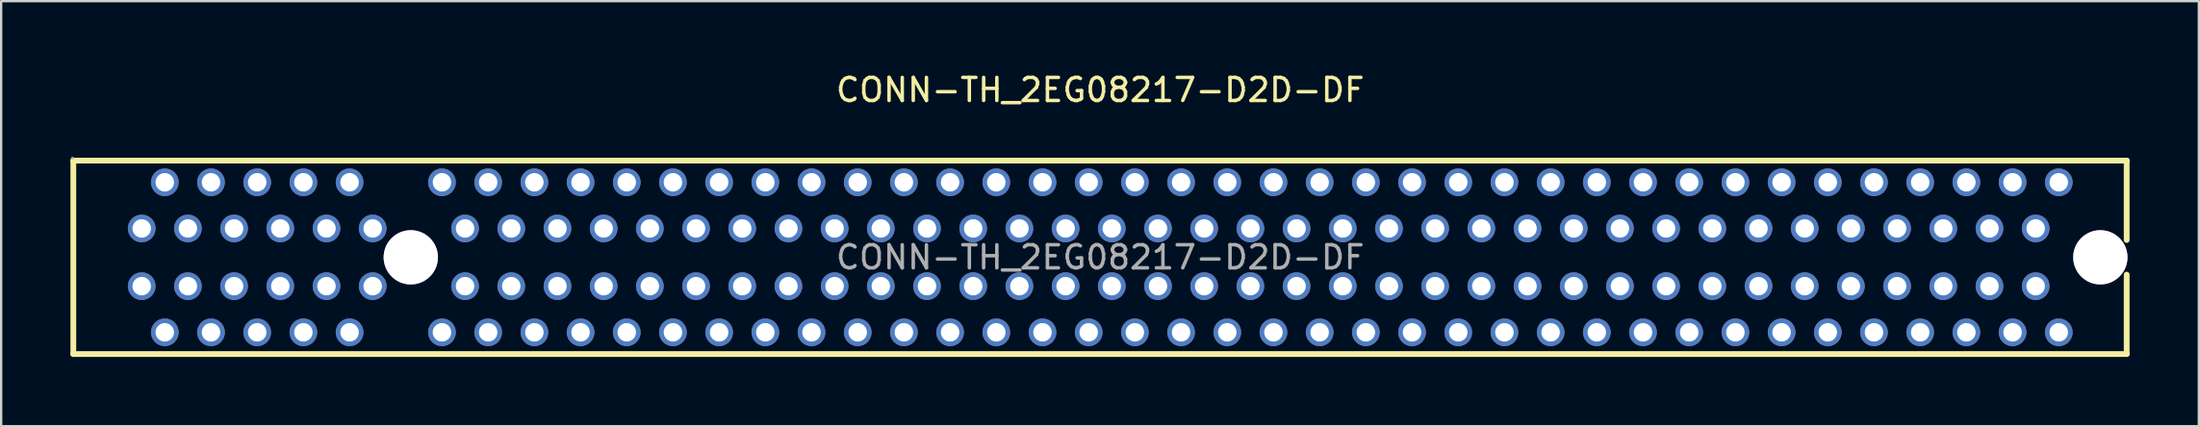
<source format=kicad_pcb>
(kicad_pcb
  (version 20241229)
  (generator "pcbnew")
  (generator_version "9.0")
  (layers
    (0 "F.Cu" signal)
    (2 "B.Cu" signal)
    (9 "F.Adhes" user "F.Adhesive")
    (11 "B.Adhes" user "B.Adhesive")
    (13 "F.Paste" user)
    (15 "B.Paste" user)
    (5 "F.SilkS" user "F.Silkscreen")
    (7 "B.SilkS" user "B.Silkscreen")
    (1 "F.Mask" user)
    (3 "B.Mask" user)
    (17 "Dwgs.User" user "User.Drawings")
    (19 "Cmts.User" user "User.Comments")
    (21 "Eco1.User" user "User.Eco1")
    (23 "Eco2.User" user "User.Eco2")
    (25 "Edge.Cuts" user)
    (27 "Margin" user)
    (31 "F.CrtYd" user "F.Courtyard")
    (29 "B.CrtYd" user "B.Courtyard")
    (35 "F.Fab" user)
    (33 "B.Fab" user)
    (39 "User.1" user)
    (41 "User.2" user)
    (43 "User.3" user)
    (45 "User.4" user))
  (footprint "CONN-TH_2EG08217-D2D-DF"
    (layer "F.Cu")
    (at 44.585 8.098)
    (property "Reference" "CONN-TH_2EG08217-D2D-DF" (at 0 -7.25 0) (layer "F.SilkS") (effects (font (size 1 1) (thickness 0.15))))
    (attr through_hole)
    (fp_line (start -44.46 -4.19) (end -44.46 4.19) (stroke (width 0.25) (type solid)) (layer "F.SilkS"))
    (fp_line (start -44.46 -4.19) (end 44.44 -4.19) (stroke (width 0.25) (type solid)) (layer "F.SilkS"))
    (fp_line (start -44.46 4.19) (end 44.44 4.19) (stroke (width 0.25) (type solid)) (layer "F.SilkS"))
    (fp_line (start 44.44 -0.75) (end 44.44 -4.19) (stroke (width 0.25) (type solid)) (layer "F.SilkS"))
    (fp_line (start 44.44 4.19) (end 44.44 0.75) (stroke (width 0.25) (type solid)) (layer "F.SilkS"))
    (fp_circle (center -29.85 0) (end -29.35 0) (stroke (width 1) (type solid)) (fill no) (layer "Cmts.User"))
    (fp_circle (center 43.3 0) (end 43.8 0) (stroke (width 1) (type solid)) (fill no) (layer "Cmts.User"))
    (fp_circle (center -44.5 -4.3) (end -44.47 -4.3) (stroke (width 0.06) (type solid)) (fill no) (layer "F.Fab"))
    (fp_circle (center -41.5 -1.25) (end -41.35 -1.25) (stroke (width 0.3) (type solid)) (fill no) (layer "F.Fab"))
    (fp_circle (center -41.5 1.25) (end -41.35 1.25) (stroke (width 0.3) (type solid)) (fill no) (layer "F.Fab"))
    (fp_circle (center -40.5 -3.25) (end -40.35 -3.25) (stroke (width 0.3) (type solid)) (fill no) (layer "F.Fab"))
    (fp_circle (center -40.5 3.25) (end -40.35 3.25) (stroke (width 0.3) (type solid)) (fill no) (layer "F.Fab"))
    (fp_circle (center -39.5 -1.25) (end -39.35 -1.25) (stroke (width 0.3) (type solid)) (fill no) (layer "F.Fab"))
    (fp_circle (center -39.5 1.25) (end -39.35 1.25) (stroke (width 0.3) (type solid)) (fill no) (layer "F.Fab"))
    (fp_circle (center -38.5 -3.25) (end -38.35 -3.25) (stroke (width 0.3) (type solid)) (fill no) (layer "F.Fab"))
    (fp_circle (center -38.5 3.25) (end -38.35 3.25) (stroke (width 0.3) (type solid)) (fill no) (layer "F.Fab"))
    (fp_circle (center -37.5 -1.25) (end -37.35 -1.25) (stroke (width 0.3) (type solid)) (fill no) (layer "F.Fab"))
    (fp_circle (center -37.5 1.25) (end -37.35 1.25) (stroke (width 0.3) (type solid)) (fill no) (layer "F.Fab"))
    (fp_circle (center -36.5 -3.25) (end -36.35 -3.25) (stroke (width 0.3) (type solid)) (fill no) (layer "F.Fab"))
    (fp_circle (center -36.5 3.25) (end -36.35 3.25) (stroke (width 0.3) (type solid)) (fill no) (layer "F.Fab"))
    (fp_circle (center -35.5 -1.25) (end -35.35 -1.25) (stroke (width 0.3) (type solid)) (fill no) (layer "F.Fab"))
    (fp_circle (center -35.5 1.25) (end -35.35 1.25) (stroke (width 0.3) (type solid)) (fill no) (layer "F.Fab"))
    (fp_circle (center -34.5 -3.25) (end -34.35 -3.25) (stroke (width 0.3) (type solid)) (fill no) (layer "F.Fab"))
    (fp_circle (center -34.5 3.25) (end -34.35 3.25) (stroke (width 0.3) (type solid)) (fill no) (layer "F.Fab"))
    (fp_circle (center -33.5 -1.25) (end -33.35 -1.25) (stroke (width 0.3) (type solid)) (fill no) (layer "F.Fab"))
    (fp_circle (center -33.5 1.25) (end -33.35 1.25) (stroke (width 0.3) (type solid)) (fill no) (layer "F.Fab"))
    (fp_circle (center -32.5 -3.25) (end -32.35 -3.25) (stroke (width 0.3) (type solid)) (fill no) (layer "F.Fab"))
    (fp_circle (center -32.5 3.25) (end -32.35 3.25) (stroke (width 0.3) (type solid)) (fill no) (layer "F.Fab"))
    (fp_circle (center -31.5 -1.25) (end -31.35 -1.25) (stroke (width 0.3) (type solid)) (fill no) (layer "F.Fab"))
    (fp_circle (center -31.5 1.25) (end -31.35 1.25) (stroke (width 0.3) (type solid)) (fill no) (layer "F.Fab"))
    (fp_circle (center -28.5 -3.25) (end -28.35 -3.25) (stroke (width 0.3) (type solid)) (fill no) (layer "F.Fab"))
    (fp_circle (center -28.5 3.25) (end -28.35 3.25) (stroke (width 0.3) (type solid)) (fill no) (layer "F.Fab"))
    (fp_circle (center -27.5 -1.25) (end -27.35 -1.25) (stroke (width 0.3) (type solid)) (fill no) (layer "F.Fab"))
    (fp_circle (center -27.5 1.25) (end -27.35 1.25) (stroke (width 0.3) (type solid)) (fill no) (layer "F.Fab"))
    (fp_circle (center -26.5 -3.25) (end -26.35 -3.25) (stroke (width 0.3) (type solid)) (fill no) (layer "F.Fab"))
    (fp_circle (center -26.5 3.25) (end -26.35 3.25) (stroke (width 0.3) (type solid)) (fill no) (layer "F.Fab"))
    (fp_circle (center -25.5 -1.25) (end -25.35 -1.25) (stroke (width 0.3) (type solid)) (fill no) (layer "F.Fab"))
    (fp_circle (center -25.5 1.25) (end -25.35 1.25) (stroke (width 0.3) (type solid)) (fill no) (layer "F.Fab"))
    (fp_circle (center -24.5 -3.25) (end -24.35 -3.25) (stroke (width 0.3) (type solid)) (fill no) (layer "F.Fab"))
    (fp_circle (center -24.5 3.25) (end -24.35 3.25) (stroke (width 0.3) (type solid)) (fill no) (layer "F.Fab"))
    (fp_circle (center -23.5 -1.25) (end -23.35 -1.25) (stroke (width 0.3) (type solid)) (fill no) (layer "F.Fab"))
    (fp_circle (center -23.5 1.25) (end -23.35 1.25) (stroke (width 0.3) (type solid)) (fill no) (layer "F.Fab"))
    (fp_circle (center -22.5 -3.25) (end -22.35 -3.25) (stroke (width 0.3) (type solid)) (fill no) (layer "F.Fab"))
    (fp_circle (center -22.5 3.25) (end -22.35 3.25) (stroke (width 0.3) (type solid)) (fill no) (layer "F.Fab"))
    (fp_circle (center -21.5 -1.25) (end -21.35 -1.25) (stroke (width 0.3) (type solid)) (fill no) (layer "F.Fab"))
    (fp_circle (center -21.5 1.25) (end -21.35 1.25) (stroke (width 0.3) (type solid)) (fill no) (layer "F.Fab"))
    (fp_circle (center -20.5 -3.25) (end -20.35 -3.25) (stroke (width 0.3) (type solid)) (fill no) (layer "F.Fab"))
    (fp_circle (center -20.5 3.25) (end -20.35 3.25) (stroke (width 0.3) (type solid)) (fill no) (layer "F.Fab"))
    (fp_circle (center -19.5 -1.25) (end -19.35 -1.25) (stroke (width 0.3) (type solid)) (fill no) (layer "F.Fab"))
    (fp_circle (center -19.5 1.25) (end -19.35 1.25) (stroke (width 0.3) (type solid)) (fill no) (layer "F.Fab"))
    (fp_circle (center -18.5 -3.25) (end -18.35 -3.25) (stroke (width 0.3) (type solid)) (fill no) (layer "F.Fab"))
    (fp_circle (center -18.5 3.25) (end -18.35 3.25) (stroke (width 0.3) (type solid)) (fill no) (layer "F.Fab"))
    (fp_circle (center -17.5 -1.25) (end -17.35 -1.25) (stroke (width 0.3) (type solid)) (fill no) (layer "F.Fab"))
    (fp_circle (center -17.5 1.25) (end -17.35 1.25) (stroke (width 0.3) (type solid)) (fill no) (layer "F.Fab"))
    (fp_circle (center -16.5 -3.25) (end -16.35 -3.25) (stroke (width 0.3) (type solid)) (fill no) (layer "F.Fab"))
    (fp_circle (center -16.5 3.25) (end -16.35 3.25) (stroke (width 0.3) (type solid)) (fill no) (layer "F.Fab"))
    (fp_circle (center -15.5 -1.25) (end -15.35 -1.25) (stroke (width 0.3) (type solid)) (fill no) (layer "F.Fab"))
    (fp_circle (center -15.5 1.25) (end -15.35 1.25) (stroke (width 0.3) (type solid)) (fill no) (layer "F.Fab"))
    (fp_circle (center -14.5 -3.25) (end -14.35 -3.25) (stroke (width 0.3) (type solid)) (fill no) (layer "F.Fab"))
    (fp_circle (center -14.5 3.25) (end -14.35 3.25) (stroke (width 0.3) (type solid)) (fill no) (layer "F.Fab"))
    (fp_circle (center -13.5 -1.25) (end -13.35 -1.25) (stroke (width 0.3) (type solid)) (fill no) (layer "F.Fab"))
    (fp_circle (center -13.5 1.25) (end -13.35 1.25) (stroke (width 0.3) (type solid)) (fill no) (layer "F.Fab"))
    (fp_circle (center -12.5 -3.25) (end -12.35 -3.25) (stroke (width 0.3) (type solid)) (fill no) (layer "F.Fab"))
    (fp_circle (center -12.5 3.25) (end -12.35 3.25) (stroke (width 0.3) (type solid)) (fill no) (layer "F.Fab"))
    (fp_circle (center -11.5 -1.25) (end -11.35 -1.25) (stroke (width 0.3) (type solid)) (fill no) (layer "F.Fab"))
    (fp_circle (center -11.5 1.25) (end -11.35 1.25) (stroke (width 0.3) (type solid)) (fill no) (layer "F.Fab"))
    (fp_circle (center -10.5 -3.25) (end -10.35 -3.25) (stroke (width 0.3) (type solid)) (fill no) (layer "F.Fab"))
    (fp_circle (center -10.5 3.25) (end -10.35 3.25) (stroke (width 0.3) (type solid)) (fill no) (layer "F.Fab"))
    (fp_circle (center -9.5 -1.25) (end -9.35 -1.25) (stroke (width 0.3) (type solid)) (fill no) (layer "F.Fab"))
    (fp_circle (center -9.5 1.25) (end -9.35 1.25) (stroke (width 0.3) (type solid)) (fill no) (layer "F.Fab"))
    (fp_circle (center -8.5 -3.25) (end -8.35 -3.25) (stroke (width 0.3) (type solid)) (fill no) (layer "F.Fab"))
    (fp_circle (center -8.5 3.25) (end -8.35 3.25) (stroke (width 0.3) (type solid)) (fill no) (layer "F.Fab"))
    (fp_circle (center -7.5 -1.25) (end -7.35 -1.25) (stroke (width 0.3) (type solid)) (fill no) (layer "F.Fab"))
    (fp_circle (center -7.5 1.25) (end -7.35 1.25) (stroke (width 0.3) (type solid)) (fill no) (layer "F.Fab"))
    (fp_circle (center -6.5 -3.25) (end -6.35 -3.25) (stroke (width 0.3) (type solid)) (fill no) (layer "F.Fab"))
    (fp_circle (center -6.5 3.25) (end -6.35 3.25) (stroke (width 0.3) (type solid)) (fill no) (layer "F.Fab"))
    (fp_circle (center -5.5 -1.25) (end -5.35 -1.25) (stroke (width 0.3) (type solid)) (fill no) (layer "F.Fab"))
    (fp_circle (center -5.5 1.25) (end -5.35 1.25) (stroke (width 0.3) (type solid)) (fill no) (layer "F.Fab"))
    (fp_circle (center -4.5 -3.25) (end -4.35 -3.25) (stroke (width 0.3) (type solid)) (fill no) (layer "F.Fab"))
    (fp_circle (center -4.5 3.25) (end -4.35 3.25) (stroke (width 0.3) (type solid)) (fill no) (layer "F.Fab"))
    (fp_circle (center -3.5 -1.25) (end -3.35 -1.25) (stroke (width 0.3) (type solid)) (fill no) (layer "F.Fab"))
    (fp_circle (center -3.5 1.25) (end -3.35 1.25) (stroke (width 0.3) (type solid)) (fill no) (layer "F.Fab"))
    (fp_circle (center -2.5 -3.25) (end -2.35 -3.25) (stroke (width 0.3) (type solid)) (fill no) (layer "F.Fab"))
    (fp_circle (center -2.5 3.25) (end -2.35 3.25) (stroke (width 0.3) (type solid)) (fill no) (layer "F.Fab"))
    (fp_circle (center -1.5 -1.25) (end -1.35 -1.25) (stroke (width 0.3) (type solid)) (fill no) (layer "F.Fab"))
    (fp_circle (center -1.5 1.25) (end -1.35 1.25) (stroke (width 0.3) (type solid)) (fill no) (layer "F.Fab"))
    (fp_circle (center -0.5 -3.25) (end -0.35 -3.25) (stroke (width 0.3) (type solid)) (fill no) (layer "F.Fab"))
    (fp_circle (center -0.5 3.25) (end -0.35 3.25) (stroke (width 0.3) (type solid)) (fill no) (layer "F.Fab"))
    (fp_circle (center 0.5 -1.25) (end 0.65 -1.25) (stroke (width 0.3) (type solid)) (fill no) (layer "F.Fab"))
    (fp_circle (center 0.5 1.25) (end 0.65 1.25) (stroke (width 0.3) (type solid)) (fill no) (layer "F.Fab"))
    (fp_circle (center 1.5 -3.25) (end 1.65 -3.25) (stroke (width 0.3) (type solid)) (fill no) (layer "F.Fab"))
    (fp_circle (center 1.5 3.25) (end 1.65 3.25) (stroke (width 0.3) (type solid)) (fill no) (layer "F.Fab"))
    (fp_circle (center 2.5 -1.25) (end 2.65 -1.25) (stroke (width 0.3) (type solid)) (fill no) (layer "F.Fab"))
    (fp_circle (center 2.5 1.25) (end 2.65 1.25) (stroke (width 0.3) (type solid)) (fill no) (layer "F.Fab"))
    (fp_circle (center 3.5 -3.25) (end 3.65 -3.25) (stroke (width 0.3) (type solid)) (fill no) (layer "F.Fab"))
    (fp_circle (center 3.5 3.25) (end 3.65 3.25) (stroke (width 0.3) (type solid)) (fill no) (layer "F.Fab"))
    (fp_circle (center 4.5 -1.25) (end 4.65 -1.25) (stroke (width 0.3) (type solid)) (fill no) (layer "F.Fab"))
    (fp_circle (center 4.5 1.25) (end 4.65 1.25) (stroke (width 0.3) (type solid)) (fill no) (layer "F.Fab"))
    (fp_circle (center 5.5 -3.25) (end 5.65 -3.25) (stroke (width 0.3) (type solid)) (fill no) (layer "F.Fab"))
    (fp_circle (center 5.5 3.25) (end 5.65 3.25) (stroke (width 0.3) (type solid)) (fill no) (layer "F.Fab"))
    (fp_circle (center 6.5 -1.25) (end 6.65 -1.25) (stroke (width 0.3) (type solid)) (fill no) (layer "F.Fab"))
    (fp_circle (center 6.5 1.25) (end 6.65 1.25) (stroke (width 0.3) (type solid)) (fill no) (layer "F.Fab"))
    (fp_circle (center 7.5 -3.25) (end 7.65 -3.25) (stroke (width 0.3) (type solid)) (fill no) (layer "F.Fab"))
    (fp_circle (center 7.5 3.25) (end 7.65 3.25) (stroke (width 0.3) (type solid)) (fill no) (layer "F.Fab"))
    (fp_circle (center 8.5 -1.25) (end 8.65 -1.25) (stroke (width 0.3) (type solid)) (fill no) (layer "F.Fab"))
    (fp_circle (center 8.5 1.25) (end 8.65 1.25) (stroke (width 0.3) (type solid)) (fill no) (layer "F.Fab"))
    (fp_circle (center 9.5 -3.25) (end 9.65 -3.25) (stroke (width 0.3) (type solid)) (fill no) (layer "F.Fab"))
    (fp_circle (center 9.5 3.25) (end 9.65 3.25) (stroke (width 0.3) (type solid)) (fill no) (layer "F.Fab"))
    (fp_circle (center 10.5 -1.25) (end 10.65 -1.25) (stroke (width 0.3) (type solid)) (fill no) (layer "F.Fab"))
    (fp_circle (center 10.5 1.25) (end 10.65 1.25) (stroke (width 0.3) (type solid)) (fill no) (layer "F.Fab"))
    (fp_circle (center 11.5 -3.25) (end 11.65 -3.25) (stroke (width 0.3) (type solid)) (fill no) (layer "F.Fab"))
    (fp_circle (center 11.5 3.25) (end 11.65 3.25) (stroke (width 0.3) (type solid)) (fill no) (layer "F.Fab"))
    (fp_circle (center 12.5 -1.25) (end 12.65 -1.25) (stroke (width 0.3) (type solid)) (fill no) (layer "F.Fab"))
    (fp_circle (center 12.5 1.25) (end 12.65 1.25) (stroke (width 0.3) (type solid)) (fill no) (layer "F.Fab"))
    (fp_circle (center 13.5 -3.25) (end 13.65 -3.25) (stroke (width 0.3) (type solid)) (fill no) (layer "F.Fab"))
    (fp_circle (center 13.5 3.25) (end 13.65 3.25) (stroke (width 0.3) (type solid)) (fill no) (layer "F.Fab"))
    (fp_circle (center 14.5 -1.25) (end 14.65 -1.25) (stroke (width 0.3) (type solid)) (fill no) (layer "F.Fab"))
    (fp_circle (center 14.5 1.25) (end 14.65 1.25) (stroke (width 0.3) (type solid)) (fill no) (layer "F.Fab"))
    (fp_circle (center 15.5 -3.25) (end 15.65 -3.25) (stroke (width 0.3) (type solid)) (fill no) (layer "F.Fab"))
    (fp_circle (center 15.5 3.25) (end 15.65 3.25) (stroke (width 0.3) (type solid)) (fill no) (layer "F.Fab"))
    (fp_circle (center 16.5 -1.25) (end 16.65 -1.25) (stroke (width 0.3) (type solid)) (fill no) (layer "F.Fab"))
    (fp_circle (center 16.5 1.25) (end 16.65 1.25) (stroke (width 0.3) (type solid)) (fill no) (layer "F.Fab"))
    (fp_circle (center 17.5 -3.25) (end 17.65 -3.25) (stroke (width 0.3) (type solid)) (fill no) (layer "F.Fab"))
    (fp_circle (center 17.5 3.25) (end 17.65 3.25) (stroke (width 0.3) (type solid)) (fill no) (layer "F.Fab"))
    (fp_circle (center 18.5 -1.25) (end 18.65 -1.25) (stroke (width 0.3) (type solid)) (fill no) (layer "F.Fab"))
    (fp_circle (center 18.5 1.25) (end 18.65 1.25) (stroke (width 0.3) (type solid)) (fill no) (layer "F.Fab"))
    (fp_circle (center 19.5 -3.25) (end 19.65 -3.25) (stroke (width 0.3) (type solid)) (fill no) (layer "F.Fab"))
    (fp_circle (center 19.5 3.25) (end 19.65 3.25) (stroke (width 0.3) (type solid)) (fill no) (layer "F.Fab"))
    (fp_circle (center 20.5 -1.25) (end 20.65 -1.25) (stroke (width 0.3) (type solid)) (fill no) (layer "F.Fab"))
    (fp_circle (center 20.5 1.25) (end 20.65 1.25) (stroke (width 0.3) (type solid)) (fill no) (layer "F.Fab"))
    (fp_circle (center 21.5 -3.25) (end 21.65 -3.25) (stroke (width 0.3) (type solid)) (fill no) (layer "F.Fab"))
    (fp_circle (center 21.5 3.25) (end 21.65 3.25) (stroke (width 0.3) (type solid)) (fill no) (layer "F.Fab"))
    (fp_circle (center 22.5 -1.25) (end 22.65 -1.25) (stroke (width 0.3) (type solid)) (fill no) (layer "F.Fab"))
    (fp_circle (center 22.5 1.25) (end 22.65 1.25) (stroke (width 0.3) (type solid)) (fill no) (layer "F.Fab"))
    (fp_circle (center 23.5 -3.25) (end 23.65 -3.25) (stroke (width 0.3) (type solid)) (fill no) (layer "F.Fab"))
    (fp_circle (center 23.5 3.25) (end 23.65 3.25) (stroke (width 0.3) (type solid)) (fill no) (layer "F.Fab"))
    (fp_circle (center 24.5 -1.25) (end 24.65 -1.25) (stroke (width 0.3) (type solid)) (fill no) (layer "F.Fab"))
    (fp_circle (center 24.5 1.25) (end 24.65 1.25) (stroke (width 0.3) (type solid)) (fill no) (layer "F.Fab"))
    (fp_circle (center 25.5 -3.25) (end 25.65 -3.25) (stroke (width 0.3) (type solid)) (fill no) (layer "F.Fab"))
    (fp_circle (center 25.5 3.25) (end 25.65 3.25) (stroke (width 0.3) (type solid)) (fill no) (layer "F.Fab"))
    (fp_circle (center 26.5 -1.25) (end 26.65 -1.25) (stroke (width 0.3) (type solid)) (fill no) (layer "F.Fab"))
    (fp_circle (center 26.5 1.25) (end 26.65 1.25) (stroke (width 0.3) (type solid)) (fill no) (layer "F.Fab"))
    (fp_circle (center 27.5 -3.25) (end 27.65 -3.25) (stroke (width 0.3) (type solid)) (fill no) (layer "F.Fab"))
    (fp_circle (center 27.5 3.25) (end 27.65 3.25) (stroke (width 0.3) (type solid)) (fill no) (layer "F.Fab"))
    (fp_circle (center 28.5 -1.25) (end 28.65 -1.25) (stroke (width 0.3) (type solid)) (fill no) (layer "F.Fab"))
    (fp_circle (center 28.5 1.25) (end 28.65 1.25) (stroke (width 0.3) (type solid)) (fill no) (layer "F.Fab"))
    (fp_circle (center 29.5 -3.25) (end 29.65 -3.25) (stroke (width 0.3) (type solid)) (fill no) (layer "F.Fab"))
    (fp_circle (center 29.5 3.25) (end 29.65 3.25) (stroke (width 0.3) (type solid)) (fill no) (layer "F.Fab"))
    (fp_circle (center 30.5 -1.25) (end 30.65 -1.25) (stroke (width 0.3) (type solid)) (fill no) (layer "F.Fab"))
    (fp_circle (center 30.5 1.25) (end 30.65 1.25) (stroke (width 0.3) (type solid)) (fill no) (layer "F.Fab"))
    (fp_circle (center 31.5 -3.25) (end 31.65 -3.25) (stroke (width 0.3) (type solid)) (fill no) (layer "F.Fab"))
    (fp_circle (center 31.5 3.25) (end 31.65 3.25) (stroke (width 0.3) (type solid)) (fill no) (layer "F.Fab"))
    (fp_circle (center 32.5 -1.25) (end 32.65 -1.25) (stroke (width 0.3) (type solid)) (fill no) (layer "F.Fab"))
    (fp_circle (center 32.5 1.25) (end 32.65 1.25) (stroke (width 0.3) (type solid)) (fill no) (layer "F.Fab"))
    (fp_circle (center 33.5 -3.25) (end 33.65 -3.25) (stroke (width 0.3) (type solid)) (fill no) (layer "F.Fab"))
    (fp_circle (center 33.5 3.25) (end 33.65 3.25) (stroke (width 0.3) (type solid)) (fill no) (layer "F.Fab"))
    (fp_circle (center 34.5 -1.25) (end 34.65 -1.25) (stroke (width 0.3) (type solid)) (fill no) (layer "F.Fab"))
    (fp_circle (center 34.5 1.25) (end 34.65 1.25) (stroke (width 0.3) (type solid)) (fill no) (layer "F.Fab"))
    (fp_circle (center 35.5 -3.25) (end 35.65 -3.25) (stroke (width 0.3) (type solid)) (fill no) (layer "F.Fab"))
    (fp_circle (center 35.5 3.25) (end 35.65 3.25) (stroke (width 0.3) (type solid)) (fill no) (layer "F.Fab"))
    (fp_circle (center 36.5 -1.25) (end 36.65 -1.25) (stroke (width 0.3) (type solid)) (fill no) (layer "F.Fab"))
    (fp_circle (center 36.5 1.25) (end 36.65 1.25) (stroke (width 0.3) (type solid)) (fill no) (layer "F.Fab"))
    (fp_circle (center 37.5 -3.25) (end 37.65 -3.25) (stroke (width 0.3) (type solid)) (fill no) (layer "F.Fab"))
    (fp_circle (center 37.5 3.25) (end 37.65 3.25) (stroke (width 0.3) (type solid)) (fill no) (layer "F.Fab"))
    (fp_circle (center 38.5 -1.25) (end 38.65 -1.25) (stroke (width 0.3) (type solid)) (fill no) (layer "F.Fab"))
    (fp_circle (center 38.5 1.25) (end 38.65 1.25) (stroke (width 0.3) (type solid)) (fill no) (layer "F.Fab"))
    (fp_circle (center 39.5 -3.25) (end 39.65 -3.25) (stroke (width 0.3) (type solid)) (fill no) (layer "F.Fab"))
    (fp_circle (center 39.5 3.25) (end 39.65 3.25) (stroke (width 0.3) (type solid)) (fill no) (layer "F.Fab"))
    (fp_circle (center 40.5 -1.25) (end 40.65 -1.25) (stroke (width 0.3) (type solid)) (fill no) (layer "F.Fab"))
    (fp_circle (center 40.5 1.25) (end 40.65 1.25) (stroke (width 0.3) (type solid)) (fill no) (layer "F.Fab"))
    (fp_circle (center 41.5 -3.25) (end 41.65 -3.25) (stroke (width 0.3) (type solid)) (fill no) (layer "F.Fab"))
    (fp_circle (center 41.5 3.25) (end 41.65 3.25) (stroke (width 0.3) (type solid)) (fill no) (layer "F.Fab"))
    (fp_text user "${REFERENCE}" (at 0 0 0) (layer "F.Fab") (effects (font (size 1 1) (thickness 0.15))))
    (pad "" thru_hole circle (at -29.85 0) (size 2.35 2.35) (drill 2.35) (layers "*.Cu" "*.Mask"))
    (pad "" thru_hole circle (at 43.3 0) (size 2.35 2.35) (drill 2.35) (layers "*.Cu" "*.Mask"))
    (pad "1" thru_hole circle (at -41.5 -1.25) (size 1.2 1.2) (drill 0.8) (layers "*.Cu" "*.Mask"))
    (pad "2" thru_hole circle (at -40.5 -3.25) (size 1.2 1.2) (drill 0.8) (layers "*.Cu" "*.Mask"))
    (pad "3" thru_hole circle (at -39.5 -1.25) (size 1.2 1.2) (drill 0.8) (layers "*.Cu" "*.Mask"))
    (pad "4" thru_hole circle (at -38.5 -3.25) (size 1.2 1.2) (drill 0.8) (layers "*.Cu" "*.Mask"))
    (pad "5" thru_hole circle (at -37.5 -1.25) (size 1.2 1.2) (drill 0.8) (layers "*.Cu" "*.Mask"))
    (pad "6" thru_hole circle (at -36.5 -3.25) (size 1.2 1.2) (drill 0.8) (layers "*.Cu" "*.Mask"))
    (pad "7" thru_hole circle (at -35.5 -1.25) (size 1.2 1.2) (drill 0.8) (layers "*.Cu" "*.Mask"))
    (pad "8" thru_hole circle (at -34.5 -3.25) (size 1.2 1.2) (drill 0.8) (layers "*.Cu" "*.Mask"))
    (pad "9" thru_hole circle (at -33.5 -1.25) (size 1.2 1.2) (drill 0.8) (layers "*.Cu" "*.Mask"))
    (pad "10" thru_hole circle (at -32.5 -3.25) (size 1.2 1.2) (drill 0.8) (layers "*.Cu" "*.Mask"))
    (pad "11" thru_hole circle (at -31.5 -1.25) (size 1.2 1.2) (drill 0.8) (layers "*.Cu" "*.Mask"))
    (pad "12" thru_hole circle (at -28.5 -3.25) (size 1.2 1.2) (drill 0.8) (layers "*.Cu" "*.Mask"))
    (pad "13" thru_hole circle (at -27.5 -1.25) (size 1.2 1.2) (drill 0.8) (layers "*.Cu" "*.Mask"))
    (pad "14" thru_hole circle (at -26.5 -3.25) (size 1.2 1.2) (drill 0.8) (layers "*.Cu" "*.Mask"))
    (pad "15" thru_hole circle (at -25.5 -1.25) (size 1.2 1.2) (drill 0.8) (layers "*.Cu" "*.Mask"))
    (pad "16" thru_hole circle (at -24.5 -3.25) (size 1.2 1.2) (drill 0.8) (layers "*.Cu" "*.Mask"))
    (pad "17" thru_hole circle (at -23.5 -1.25) (size 1.2 1.2) (drill 0.8) (layers "*.Cu" "*.Mask"))
    (pad "18" thru_hole circle (at -22.5 -3.25) (size 1.2 1.2) (drill 0.8) (layers "*.Cu" "*.Mask"))
    (pad "19" thru_hole circle (at -21.5 -1.25) (size 1.2 1.2) (drill 0.8) (layers "*.Cu" "*.Mask"))
    (pad "20" thru_hole circle (at -20.5 -3.25) (size 1.2 1.2) (drill 0.8) (layers "*.Cu" "*.Mask"))
    (pad "21" thru_hole circle (at -19.5 -1.25) (size 1.2 1.2) (drill 0.8) (layers "*.Cu" "*.Mask"))
    (pad "22" thru_hole circle (at -18.5 -3.25) (size 1.2 1.2) (drill 0.8) (layers "*.Cu" "*.Mask"))
    (pad "23" thru_hole circle (at -17.5 -1.25) (size 1.2 1.2) (drill 0.8) (layers "*.Cu" "*.Mask"))
    (pad "24" thru_hole circle (at -16.5 -3.25) (size 1.2 1.2) (drill 0.8) (layers "*.Cu" "*.Mask"))
    (pad "25" thru_hole circle (at -15.5 -1.25) (size 1.2 1.2) (drill 0.8) (layers "*.Cu" "*.Mask"))
    (pad "26" thru_hole circle (at -14.5 -3.25) (size 1.2 1.2) (drill 0.8) (layers "*.Cu" "*.Mask"))
    (pad "27" thru_hole circle (at -13.5 -1.25) (size 1.2 1.2) (drill 0.8) (layers "*.Cu" "*.Mask"))
    (pad "28" thru_hole circle (at -12.5 -3.25) (size 1.2 1.2) (drill 0.8) (layers "*.Cu" "*.Mask"))
    (pad "29" thru_hole circle (at -11.5 -1.25) (size 1.2 1.2) (drill 0.8) (layers "*.Cu" "*.Mask"))
    (pad "30" thru_hole circle (at -10.5 -3.25) (size 1.2 1.2) (drill 0.8) (layers "*.Cu" "*.Mask"))
    (pad "31" thru_hole circle (at -9.5 -1.25) (size 1.2 1.2) (drill 0.8) (layers "*.Cu" "*.Mask"))
    (pad "32" thru_hole circle (at -8.5 -3.25) (size 1.2 1.2) (drill 0.8) (layers "*.Cu" "*.Mask"))
    (pad "33" thru_hole circle (at -7.5 -1.25) (size 1.2 1.2) (drill 0.8) (layers "*.Cu" "*.Mask"))
    (pad "34" thru_hole circle (at -6.5 -3.25) (size 1.2 1.2) (drill 0.8) (layers "*.Cu" "*.Mask"))
    (pad "35" thru_hole circle (at -5.5 -1.25) (size 1.2 1.2) (drill 0.8) (layers "*.Cu" "*.Mask"))
    (pad "36" thru_hole circle (at -4.5 -3.25) (size 1.2 1.2) (drill 0.8) (layers "*.Cu" "*.Mask"))
    (pad "37" thru_hole circle (at -3.5 -1.25) (size 1.2 1.2) (drill 0.8) (layers "*.Cu" "*.Mask"))
    (pad "38" thru_hole circle (at -2.5 -3.25) (size 1.2 1.2) (drill 0.8) (layers "*.Cu" "*.Mask"))
    (pad "39" thru_hole circle (at -1.5 -1.25) (size 1.2 1.2) (drill 0.8) (layers "*.Cu" "*.Mask"))
    (pad "40" thru_hole circle (at -0.5 -3.25) (size 1.2 1.2) (drill 0.8) (layers "*.Cu" "*.Mask"))
    (pad "41" thru_hole circle (at 0.5 -1.25) (size 1.2 1.2) (drill 0.8) (layers "*.Cu" "*.Mask"))
    (pad "42" thru_hole circle (at 1.5 -3.25) (size 1.2 1.2) (drill 0.8) (layers "*.Cu" "*.Mask"))
    (pad "43" thru_hole circle (at 2.5 -1.25) (size 1.2 1.2) (drill 0.8) (layers "*.Cu" "*.Mask"))
    (pad "44" thru_hole circle (at 3.5 -3.25) (size 1.2 1.2) (drill 0.8) (layers "*.Cu" "*.Mask"))
    (pad "45" thru_hole circle (at 4.5 -1.25) (size 1.2 1.2) (drill 0.8) (layers "*.Cu" "*.Mask"))
    (pad "46" thru_hole circle (at 5.5 -3.25) (size 1.2 1.2) (drill 0.8) (layers "*.Cu" "*.Mask"))
    (pad "47" thru_hole circle (at 6.5 -1.25) (size 1.2 1.2) (drill 0.8) (layers "*.Cu" "*.Mask"))
    (pad "48" thru_hole circle (at 7.5 -3.25) (size 1.2 1.2) (drill 0.8) (layers "*.Cu" "*.Mask"))
    (pad "49" thru_hole circle (at 8.5 -1.25) (size 1.2 1.2) (drill 0.8) (layers "*.Cu" "*.Mask"))
    (pad "50" thru_hole circle (at 9.5 -3.25) (size 1.2 1.2) (drill 0.8) (layers "*.Cu" "*.Mask"))
    (pad "51" thru_hole circle (at 10.5 -1.25) (size 1.2 1.2) (drill 0.8) (layers "*.Cu" "*.Mask"))
    (pad "52" thru_hole circle (at 11.5 -3.25) (size 1.2 1.2) (drill 0.8) (layers "*.Cu" "*.Mask"))
    (pad "53" thru_hole circle (at 12.5 -1.25) (size 1.2 1.2) (drill 0.8) (layers "*.Cu" "*.Mask"))
    (pad "54" thru_hole circle (at 13.5 -3.25) (size 1.2 1.2) (drill 0.8) (layers "*.Cu" "*.Mask"))
    (pad "55" thru_hole circle (at 14.5 -1.25) (size 1.2 1.2) (drill 0.8) (layers "*.Cu" "*.Mask"))
    (pad "56" thru_hole circle (at 15.5 -3.25) (size 1.2 1.2) (drill 0.8) (layers "*.Cu" "*.Mask"))
    (pad "57" thru_hole circle (at 16.5 -1.25) (size 1.2 1.2) (drill 0.8) (layers "*.Cu" "*.Mask"))
    (pad "58" thru_hole circle (at 17.5 -3.25) (size 1.2 1.2) (drill 0.8) (layers "*.Cu" "*.Mask"))
    (pad "59" thru_hole circle (at 18.5 -1.25) (size 1.2 1.2) (drill 0.8) (layers "*.Cu" "*.Mask"))
    (pad "60" thru_hole circle (at 19.5 -3.25) (size 1.2 1.2) (drill 0.8) (layers "*.Cu" "*.Mask"))
    (pad "61" thru_hole circle (at 20.5 -1.25) (size 1.2 1.2) (drill 0.8) (layers "*.Cu" "*.Mask"))
    (pad "62" thru_hole circle (at 21.5 -3.25) (size 1.2 1.2) (drill 0.8) (layers "*.Cu" "*.Mask"))
    (pad "63" thru_hole circle (at 22.5 -1.25) (size 1.2 1.2) (drill 0.8) (layers "*.Cu" "*.Mask"))
    (pad "64" thru_hole circle (at 23.5 -3.25) (size 1.2 1.2) (drill 0.8) (layers "*.Cu" "*.Mask"))
    (pad "65" thru_hole circle (at 24.5 -1.25) (size 1.2 1.2) (drill 0.8) (layers "*.Cu" "*.Mask"))
    (pad "66" thru_hole circle (at 25.5 -3.25) (size 1.2 1.2) (drill 0.8) (layers "*.Cu" "*.Mask"))
    (pad "67" thru_hole circle (at 26.5 -1.25) (size 1.2 1.2) (drill 0.8) (layers "*.Cu" "*.Mask"))
    (pad "68" thru_hole circle (at 27.5 -3.25) (size 1.2 1.2) (drill 0.8) (layers "*.Cu" "*.Mask"))
    (pad "69" thru_hole circle (at 28.5 -1.25) (size 1.2 1.2) (drill 0.8) (layers "*.Cu" "*.Mask"))
    (pad "70" thru_hole circle (at 29.5 -3.25) (size 1.2 1.2) (drill 0.8) (layers "*.Cu" "*.Mask"))
    (pad "71" thru_hole circle (at 30.5 -1.25) (size 1.2 1.2) (drill 0.8) (layers "*.Cu" "*.Mask"))
    (pad "72" thru_hole circle (at 31.5 -3.25) (size 1.2 1.2) (drill 0.8) (layers "*.Cu" "*.Mask"))
    (pad "73" thru_hole circle (at 32.5 -1.25) (size 1.2 1.2) (drill 0.8) (layers "*.Cu" "*.Mask"))
    (pad "74" thru_hole circle (at 33.5 -3.25) (size 1.2 1.2) (drill 0.8) (layers "*.Cu" "*.Mask"))
    (pad "75" thru_hole circle (at 34.5 -1.25) (size 1.2 1.2) (drill 0.8) (layers "*.Cu" "*.Mask"))
    (pad "76" thru_hole circle (at 35.5 -3.25) (size 1.2 1.2) (drill 0.8) (layers "*.Cu" "*.Mask"))
    (pad "77" thru_hole circle (at 36.5 -1.25) (size 1.2 1.2) (drill 0.8) (layers "*.Cu" "*.Mask"))
    (pad "78" thru_hole circle (at 37.5 -3.25) (size 1.2 1.2) (drill 0.8) (layers "*.Cu" "*.Mask"))
    (pad "79" thru_hole circle (at 38.5 -1.25) (size 1.2 1.2) (drill 0.8) (layers "*.Cu" "*.Mask"))
    (pad "80" thru_hole circle (at 39.5 -3.25) (size 1.2 1.2) (drill 0.8) (layers "*.Cu" "*.Mask"))
    (pad "81" thru_hole circle (at 40.5 -1.25) (size 1.2 1.2) (drill 0.8) (layers "*.Cu" "*.Mask"))
    (pad "82" thru_hole circle (at 41.5 -3.25) (size 1.2 1.2) (drill 0.8) (layers "*.Cu" "*.Mask"))
    (pad "83" thru_hole circle (at -41.5 1.25) (size 1.2 1.2) (drill 0.8) (layers "*.Cu" "*.Mask"))
    (pad "84" thru_hole circle (at -40.5 3.25) (size 1.2 1.2) (drill 0.8) (layers "*.Cu" "*.Mask"))
    (pad "85" thru_hole circle (at -39.5 1.25) (size 1.2 1.2) (drill 0.8) (layers "*.Cu" "*.Mask"))
    (pad "86" thru_hole circle (at -38.5 3.25) (size 1.2 1.2) (drill 0.8) (layers "*.Cu" "*.Mask"))
    (pad "87" thru_hole circle (at -37.5 1.25) (size 1.2 1.2) (drill 0.8) (layers "*.Cu" "*.Mask"))
    (pad "88" thru_hole circle (at -36.5 3.25) (size 1.2 1.2) (drill 0.8) (layers "*.Cu" "*.Mask"))
    (pad "89" thru_hole circle (at -35.5 1.25) (size 1.2 1.2) (drill 0.8) (layers "*.Cu" "*.Mask"))
    (pad "90" thru_hole circle (at -34.5 3.25) (size 1.2 1.2) (drill 0.8) (layers "*.Cu" "*.Mask"))
    (pad "91" thru_hole circle (at -33.5 1.25) (size 1.2 1.2) (drill 0.8) (layers "*.Cu" "*.Mask"))
    (pad "92" thru_hole circle (at -32.5 3.25) (size 1.2 1.2) (drill 0.8) (layers "*.Cu" "*.Mask"))
    (pad "93" thru_hole circle (at -31.5 1.25) (size 1.2 1.2) (drill 0.8) (layers "*.Cu" "*.Mask"))
    (pad "94" thru_hole circle (at -28.5 3.25) (size 1.2 1.2) (drill 0.8) (layers "*.Cu" "*.Mask"))
    (pad "95" thru_hole circle (at -27.5 1.25) (size 1.2 1.2) (drill 0.8) (layers "*.Cu" "*.Mask"))
    (pad "96" thru_hole circle (at -26.5 3.25) (size 1.2 1.2) (drill 0.8) (layers "*.Cu" "*.Mask"))
    (pad "97" thru_hole circle (at -25.5 1.25) (size 1.2 1.2) (drill 0.8) (layers "*.Cu" "*.Mask"))
    (pad "98" thru_hole circle (at -24.5 3.25) (size 1.2 1.2) (drill 0.8) (layers "*.Cu" "*.Mask"))
    (pad "99" thru_hole circle (at -23.5 1.25) (size 1.2 1.2) (drill 0.8) (layers "*.Cu" "*.Mask"))
    (pad "100" thru_hole circle (at -22.5 3.25) (size 1.2 1.2) (drill 0.8) (layers "*.Cu" "*.Mask"))
    (pad "101" thru_hole circle (at -21.5 1.25) (size 1.2 1.2) (drill 0.8) (layers "*.Cu" "*.Mask"))
    (pad "102" thru_hole circle (at -20.5 3.25) (size 1.2 1.2) (drill 0.8) (layers "*.Cu" "*.Mask"))
    (pad "103" thru_hole circle (at -19.5 1.25) (size 1.2 1.2) (drill 0.8) (layers "*.Cu" "*.Mask"))
    (pad "104" thru_hole circle (at -18.5 3.25) (size 1.2 1.2) (drill 0.8) (layers "*.Cu" "*.Mask"))
    (pad "105" thru_hole circle (at -17.5 1.25) (size 1.2 1.2) (drill 0.8) (layers "*.Cu" "*.Mask"))
    (pad "106" thru_hole circle (at -16.5 3.25) (size 1.2 1.2) (drill 0.8) (layers "*.Cu" "*.Mask"))
    (pad "107" thru_hole circle (at -15.5 1.25) (size 1.2 1.2) (drill 0.8) (layers "*.Cu" "*.Mask"))
    (pad "108" thru_hole circle (at -14.5 3.25) (size 1.2 1.2) (drill 0.8) (layers "*.Cu" "*.Mask"))
    (pad "109" thru_hole circle (at -13.5 1.25) (size 1.2 1.2) (drill 0.8) (layers "*.Cu" "*.Mask"))
    (pad "110" thru_hole circle (at -12.5 3.25) (size 1.2 1.2) (drill 0.8) (layers "*.Cu" "*.Mask"))
    (pad "111" thru_hole circle (at -11.5 1.25) (size 1.2 1.2) (drill 0.8) (layers "*.Cu" "*.Mask"))
    (pad "112" thru_hole circle (at -10.5 3.25) (size 1.2 1.2) (drill 0.8) (layers "*.Cu" "*.Mask"))
    (pad "113" thru_hole circle (at -9.5 1.25) (size 1.2 1.2) (drill 0.8) (layers "*.Cu" "*.Mask"))
    (pad "114" thru_hole circle (at -8.5 3.25) (size 1.2 1.2) (drill 0.8) (layers "*.Cu" "*.Mask"))
    (pad "115" thru_hole circle (at -7.5 1.25) (size 1.2 1.2) (drill 0.8) (layers "*.Cu" "*.Mask"))
    (pad "116" thru_hole circle (at -6.5 3.25) (size 1.2 1.2) (drill 0.8) (layers "*.Cu" "*.Mask"))
    (pad "117" thru_hole circle (at -5.5 1.25) (size 1.2 1.2) (drill 0.8) (layers "*.Cu" "*.Mask"))
    (pad "118" thru_hole circle (at -4.5 3.25) (size 1.2 1.2) (drill 0.8) (layers "*.Cu" "*.Mask"))
    (pad "119" thru_hole circle (at -3.5 1.25) (size 1.2 1.2) (drill 0.8) (layers "*.Cu" "*.Mask"))
    (pad "120" thru_hole circle (at -2.5 3.25) (size 1.2 1.2) (drill 0.8) (layers "*.Cu" "*.Mask"))
    (pad "121" thru_hole circle (at -1.5 1.25) (size 1.2 1.2) (drill 0.8) (layers "*.Cu" "*.Mask"))
    (pad "122" thru_hole circle (at -0.5 3.25) (size 1.2 1.2) (drill 0.8) (layers "*.Cu" "*.Mask"))
    (pad "123" thru_hole circle (at 0.5 1.25) (size 1.2 1.2) (drill 0.8) (layers "*.Cu" "*.Mask"))
    (pad "124" thru_hole circle (at 1.5 3.25) (size 1.2 1.2) (drill 0.8) (layers "*.Cu" "*.Mask"))
    (pad "125" thru_hole circle (at 2.5 1.25) (size 1.2 1.2) (drill 0.8) (layers "*.Cu" "*.Mask"))
    (pad "126" thru_hole circle (at 3.5 3.25) (size 1.2 1.2) (drill 0.8) (layers "*.Cu" "*.Mask"))
    (pad "127" thru_hole circle (at 4.5 1.25) (size 1.2 1.2) (drill 0.8) (layers "*.Cu" "*.Mask"))
    (pad "128" thru_hole circle (at 5.5 3.25) (size 1.2 1.2) (drill 0.8) (layers "*.Cu" "*.Mask"))
    (pad "129" thru_hole circle (at 6.5 1.25) (size 1.2 1.2) (drill 0.8) (layers "*.Cu" "*.Mask"))
    (pad "130" thru_hole circle (at 7.5 3.25) (size 1.2 1.2) (drill 0.8) (layers "*.Cu" "*.Mask"))
    (pad "131" thru_hole circle (at 8.5 1.25) (size 1.2 1.2) (drill 0.8) (layers "*.Cu" "*.Mask"))
    (pad "132" thru_hole circle (at 9.5 3.25) (size 1.2 1.2) (drill 0.8) (layers "*.Cu" "*.Mask"))
    (pad "133" thru_hole circle (at 10.5 1.25) (size 1.2 1.2) (drill 0.8) (layers "*.Cu" "*.Mask"))
    (pad "134" thru_hole circle (at 11.5 3.25) (size 1.2 1.2) (drill 0.8) (layers "*.Cu" "*.Mask"))
    (pad "135" thru_hole circle (at 12.5 1.25) (size 1.2 1.2) (drill 0.8) (layers "*.Cu" "*.Mask"))
    (pad "136" thru_hole circle (at 13.5 3.25) (size 1.2 1.2) (drill 0.8) (layers "*.Cu" "*.Mask"))
    (pad "137" thru_hole circle (at 14.5 1.25) (size 1.2 1.2) (drill 0.8) (layers "*.Cu" "*.Mask"))
    (pad "138" thru_hole circle (at 15.5 3.25) (size 1.2 1.2) (drill 0.8) (layers "*.Cu" "*.Mask"))
    (pad "139" thru_hole circle (at 16.5 1.25) (size 1.2 1.2) (drill 0.8) (layers "*.Cu" "*.Mask"))
    (pad "140" thru_hole circle (at 17.5 3.25) (size 1.2 1.2) (drill 0.8) (layers "*.Cu" "*.Mask"))
    (pad "141" thru_hole circle (at 18.5 1.25) (size 1.2 1.2) (drill 0.8) (layers "*.Cu" "*.Mask"))
    (pad "142" thru_hole circle (at 19.5 3.25) (size 1.2 1.2) (drill 0.8) (layers "*.Cu" "*.Mask"))
    (pad "143" thru_hole circle (at 20.5 1.25) (size 1.2 1.2) (drill 0.8) (layers "*.Cu" "*.Mask"))
    (pad "144" thru_hole circle (at 21.5 3.25) (size 1.2 1.2) (drill 0.8) (layers "*.Cu" "*.Mask"))
    (pad "145" thru_hole circle (at 22.5 1.25) (size 1.2 1.2) (drill 0.8) (layers "*.Cu" "*.Mask"))
    (pad "146" thru_hole circle (at 23.5 3.25) (size 1.2 1.2) (drill 0.8) (layers "*.Cu" "*.Mask"))
    (pad "147" thru_hole circle (at 24.5 1.25) (size 1.2 1.2) (drill 0.8) (layers "*.Cu" "*.Mask"))
    (pad "148" thru_hole circle (at 25.5 3.25) (size 1.2 1.2) (drill 0.8) (layers "*.Cu" "*.Mask"))
    (pad "149" thru_hole circle (at 26.5 1.25) (size 1.2 1.2) (drill 0.8) (layers "*.Cu" "*.Mask"))
    (pad "150" thru_hole circle (at 27.5 3.25) (size 1.2 1.2) (drill 0.8) (layers "*.Cu" "*.Mask"))
    (pad "151" thru_hole circle (at 28.5 1.25) (size 1.2 1.2) (drill 0.8) (layers "*.Cu" "*.Mask"))
    (pad "152" thru_hole circle (at 29.5 3.25) (size 1.2 1.2) (drill 0.8) (layers "*.Cu" "*.Mask"))
    (pad "153" thru_hole circle (at 30.5 1.25) (size 1.2 1.2) (drill 0.8) (layers "*.Cu" "*.Mask"))
    (pad "154" thru_hole circle (at 31.5 3.25) (size 1.2 1.2) (drill 0.8) (layers "*.Cu" "*.Mask"))
    (pad "155" thru_hole circle (at 32.5 1.25) (size 1.2 1.2) (drill 0.8) (layers "*.Cu" "*.Mask"))
    (pad "156" thru_hole circle (at 33.5 3.25) (size 1.2 1.2) (drill 0.8) (layers "*.Cu" "*.Mask"))
    (pad "157" thru_hole circle (at 34.5 1.25) (size 1.2 1.2) (drill 0.8) (layers "*.Cu" "*.Mask"))
    (pad "158" thru_hole circle (at 35.5 3.25) (size 1.2 1.2) (drill 0.8) (layers "*.Cu" "*.Mask"))
    (pad "159" thru_hole circle (at 36.5 1.25) (size 1.2 1.2) (drill 0.8) (layers "*.Cu" "*.Mask"))
    (pad "160" thru_hole circle (at 37.5 3.25) (size 1.2 1.2) (drill 0.8) (layers "*.Cu" "*.Mask"))
    (pad "161" thru_hole circle (at 38.5 1.25) (size 1.2 1.2) (drill 0.8) (layers "*.Cu" "*.Mask"))
    (pad "162" thru_hole circle (at 39.5 3.25) (size 1.2 1.2) (drill 0.8) (layers "*.Cu" "*.Mask"))
    (pad "163" thru_hole circle (at 40.5 1.25) (size 1.2 1.2) (drill 0.8) (layers "*.Cu" "*.Mask"))
    (pad "164" thru_hole circle (at 41.5 3.25) (size 1.2 1.2) (drill 0.8) (layers "*.Cu" "*.Mask")))
  (gr_rect
    (start -3 -3)
    (end 92.15 15.413)
    (stroke (width 0.1) (type default))
    (fill no)
    (layer "Edge.Cuts")))
</source>
